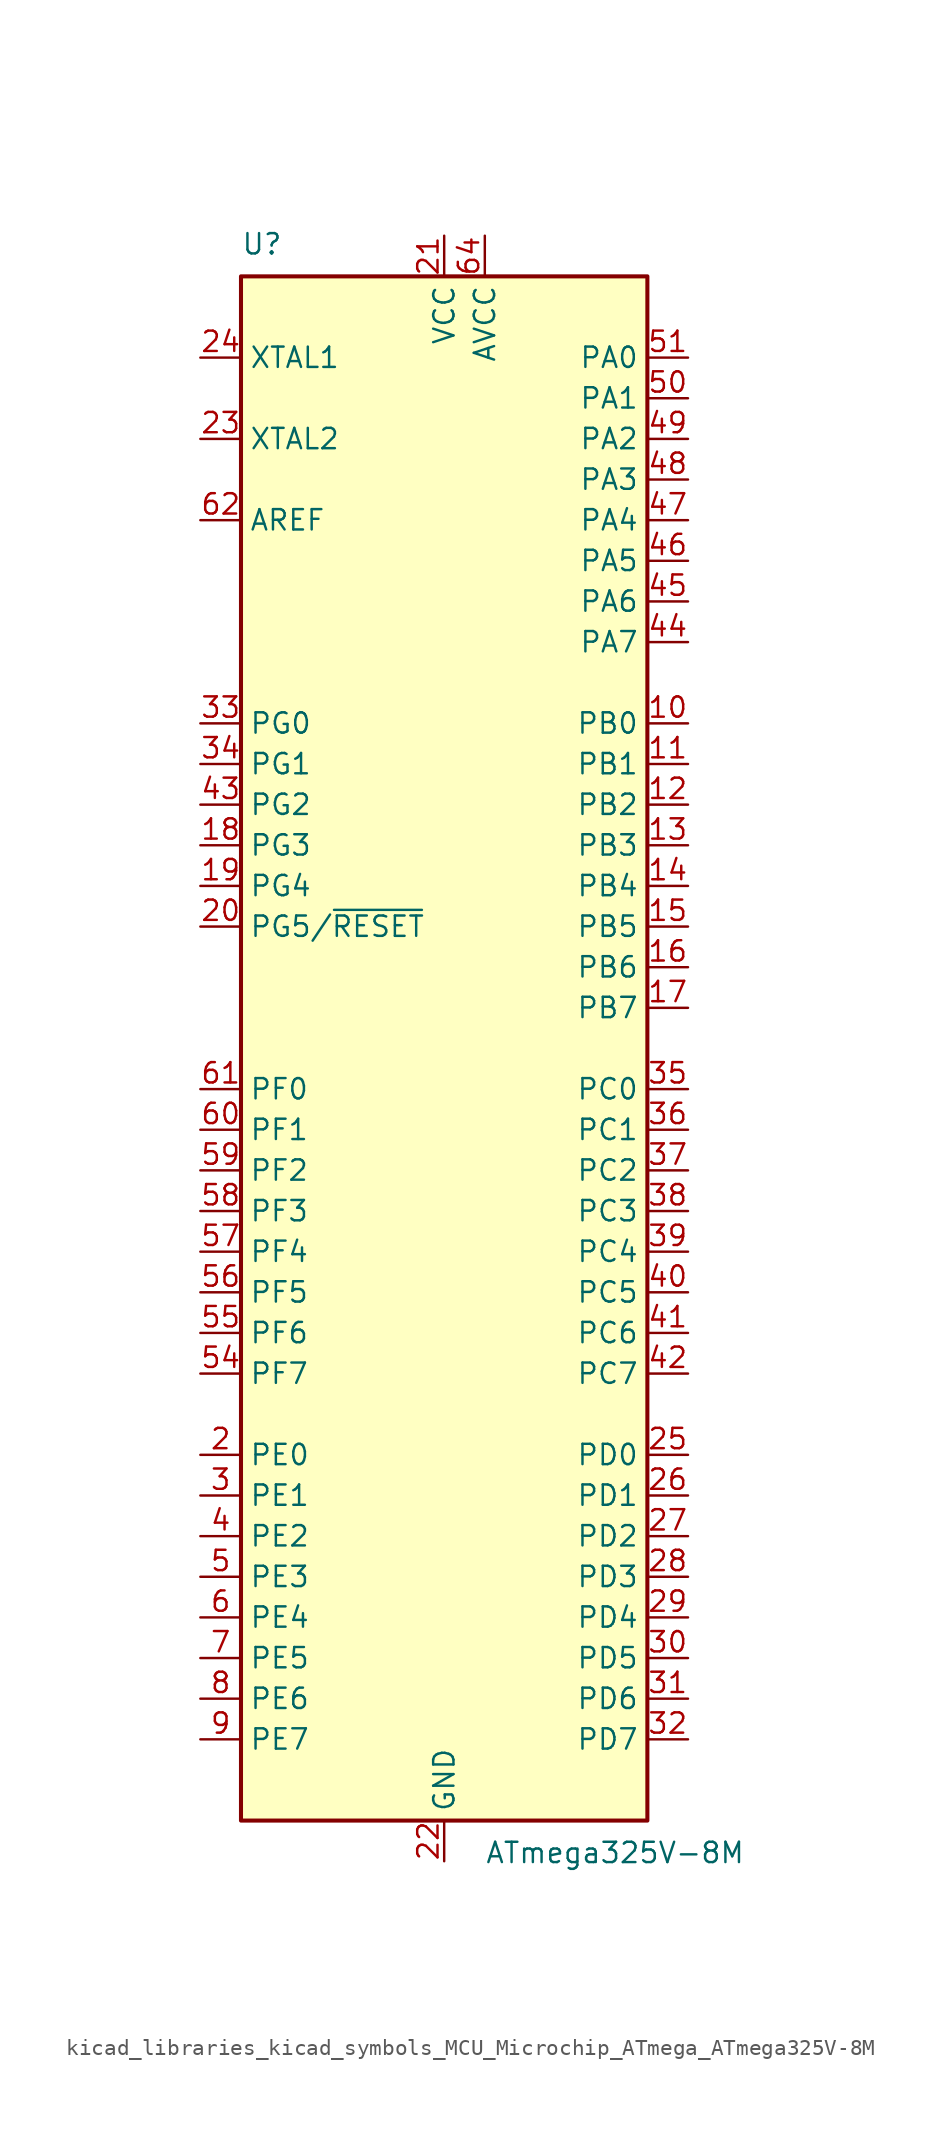
<source format=kicad_sym>
(kicad_symbol_lib
  (version 20220914)
  (generator kicad_symbol_editor)
  (symbol "kicad_libraries_kicad_symbols_MCU_Microchip_ATmega_ATmega325V-8M"
    (property "Reference" "U"
      (at -12.7 49.53 0)
      (effects (font (size 1.27 1.27)) (justify left bottom)))
    (property "Value" "ATmega325V-8M"
      (at 2.54 -49.53 0)
      (effects (font (size 1.27 1.27)) (justify left top)))
    (symbol "kicad_libraries_kicad_symbols_MCU_Microchip_ATmega_ATmega325V-8M_0_1"
      (rectangle (start -12.7 -48.26) (end 12.7 48.26) (stroke (width 0.254) (type default)) (fill (type background))))
    (symbol "kicad_libraries_kicad_symbols_MCU_Microchip_ATmega_ATmega325V-8M_1_1"
      (pin no_connect line (at -12.7 -45.72 0) (length 2.54) hide (name "NC" (effects (font (size 1.27 1.27)))) (number "1" (effects (font (size 1.27 1.27)))))
      (pin bidirectional line (at 15.24 20.32 180) (length 2.54) (name "PB0" (effects (font (size 1.27 1.27)))) (number "10" (effects (font (size 1.27 1.27)))))
      (pin bidirectional line (at 15.24 17.78 180) (length 2.54) (name "PB1" (effects (font (size 1.27 1.27)))) (number "11" (effects (font (size 1.27 1.27)))))
      (pin bidirectional line (at 15.24 15.24 180) (length 2.54) (name "PB2" (effects (font (size 1.27 1.27)))) (number "12" (effects (font (size 1.27 1.27)))))
      (pin bidirectional line (at 15.24 12.7 180) (length 2.54) (name "PB3" (effects (font (size 1.27 1.27)))) (number "13" (effects (font (size 1.27 1.27)))))
      (pin bidirectional line (at 15.24 10.16 180) (length 2.54) (name "PB4" (effects (font (size 1.27 1.27)))) (number "14" (effects (font (size 1.27 1.27)))))
      (pin bidirectional line (at 15.24 7.62 180) (length 2.54) (name "PB5" (effects (font (size 1.27 1.27)))) (number "15" (effects (font (size 1.27 1.27)))))
      (pin bidirectional line (at 15.24 5.08 180) (length 2.54) (name "PB6" (effects (font (size 1.27 1.27)))) (number "16" (effects (font (size 1.27 1.27)))))
      (pin bidirectional line (at 15.24 2.54 180) (length 2.54) (name "PB7" (effects (font (size 1.27 1.27)))) (number "17" (effects (font (size 1.27 1.27)))))
      (pin bidirectional line (at -15.24 12.7 0) (length 2.54) (name "PG3" (effects (font (size 1.27 1.27)))) (number "18" (effects (font (size 1.27 1.27)))))
      (pin bidirectional line (at -15.24 10.16 0) (length 2.54) (name "PG4" (effects (font (size 1.27 1.27)))) (number "19" (effects (font (size 1.27 1.27)))))
      (pin bidirectional line (at -15.24 -25.4 0) (length 2.54) (name "PE0" (effects (font (size 1.27 1.27)))) (number "2" (effects (font (size 1.27 1.27)))))
      (pin bidirectional line (at -15.24 7.62 0) (length 2.54) (name "PG5/~{RESET}" (effects (font (size 1.27 1.27)))) (number "20" (effects (font (size 1.27 1.27)))))
      (pin power_in line (at 0 50.8 270) (length 2.54) (name "VCC" (effects (font (size 1.27 1.27)))) (number "21" (effects (font (size 1.27 1.27)))))
      (pin power_in line (at 0 -50.8 90) (length 2.54) (name "GND" (effects (font (size 1.27 1.27)))) (number "22" (effects (font (size 1.27 1.27)))))
      (pin output line (at -15.24 38.1 0) (length 2.54) (name "XTAL2" (effects (font (size 1.27 1.27)))) (number "23" (effects (font (size 1.27 1.27)))))
      (pin input line (at -15.24 43.18 0) (length 2.54) (name "XTAL1" (effects (font (size 1.27 1.27)))) (number "24" (effects (font (size 1.27 1.27)))))
      (pin bidirectional line (at 15.24 -25.4 180) (length 2.54) (name "PD0" (effects (font (size 1.27 1.27)))) (number "25" (effects (font (size 1.27 1.27)))))
      (pin bidirectional line (at 15.24 -27.94 180) (length 2.54) (name "PD1" (effects (font (size 1.27 1.27)))) (number "26" (effects (font (size 1.27 1.27)))))
      (pin bidirectional line (at 15.24 -30.48 180) (length 2.54) (name "PD2" (effects (font (size 1.27 1.27)))) (number "27" (effects (font (size 1.27 1.27)))))
      (pin bidirectional line (at 15.24 -33.02 180) (length 2.54) (name "PD3" (effects (font (size 1.27 1.27)))) (number "28" (effects (font (size 1.27 1.27)))))
      (pin bidirectional line (at 15.24 -35.56 180) (length 2.54) (name "PD4" (effects (font (size 1.27 1.27)))) (number "29" (effects (font (size 1.27 1.27)))))
      (pin bidirectional line (at -15.24 -27.94 0) (length 2.54) (name "PE1" (effects (font (size 1.27 1.27)))) (number "3" (effects (font (size 1.27 1.27)))))
      (pin bidirectional line (at 15.24 -38.1 180) (length 2.54) (name "PD5" (effects (font (size 1.27 1.27)))) (number "30" (effects (font (size 1.27 1.27)))))
      (pin bidirectional line (at 15.24 -40.64 180) (length 2.54) (name "PD6" (effects (font (size 1.27 1.27)))) (number "31" (effects (font (size 1.27 1.27)))))
      (pin bidirectional line (at 15.24 -43.18 180) (length 2.54) (name "PD7" (effects (font (size 1.27 1.27)))) (number "32" (effects (font (size 1.27 1.27)))))
      (pin bidirectional line (at -15.24 20.32 0) (length 2.54) (name "PG0" (effects (font (size 1.27 1.27)))) (number "33" (effects (font (size 1.27 1.27)))))
      (pin bidirectional line (at -15.24 17.78 0) (length 2.54) (name "PG1" (effects (font (size 1.27 1.27)))) (number "34" (effects (font (size 1.27 1.27)))))
      (pin bidirectional line (at 15.24 -2.54 180) (length 2.54) (name "PC0" (effects (font (size 1.27 1.27)))) (number "35" (effects (font (size 1.27 1.27)))))
      (pin bidirectional line (at 15.24 -5.08 180) (length 2.54) (name "PC1" (effects (font (size 1.27 1.27)))) (number "36" (effects (font (size 1.27 1.27)))))
      (pin bidirectional line (at 15.24 -7.62 180) (length 2.54) (name "PC2" (effects (font (size 1.27 1.27)))) (number "37" (effects (font (size 1.27 1.27)))))
      (pin bidirectional line (at 15.24 -10.16 180) (length 2.54) (name "PC3" (effects (font (size 1.27 1.27)))) (number "38" (effects (font (size 1.27 1.27)))))
      (pin bidirectional line (at 15.24 -12.7 180) (length 2.54) (name "PC4" (effects (font (size 1.27 1.27)))) (number "39" (effects (font (size 1.27 1.27)))))
      (pin bidirectional line (at -15.24 -30.48 0) (length 2.54) (name "PE2" (effects (font (size 1.27 1.27)))) (number "4" (effects (font (size 1.27 1.27)))))
      (pin bidirectional line (at 15.24 -15.24 180) (length 2.54) (name "PC5" (effects (font (size 1.27 1.27)))) (number "40" (effects (font (size 1.27 1.27)))))
      (pin bidirectional line (at 15.24 -17.78 180) (length 2.54) (name "PC6" (effects (font (size 1.27 1.27)))) (number "41" (effects (font (size 1.27 1.27)))))
      (pin bidirectional line (at 15.24 -20.32 180) (length 2.54) (name "PC7" (effects (font (size 1.27 1.27)))) (number "42" (effects (font (size 1.27 1.27)))))
      (pin bidirectional line (at -15.24 15.24 0) (length 2.54) (name "PG2" (effects (font (size 1.27 1.27)))) (number "43" (effects (font (size 1.27 1.27)))))
      (pin bidirectional line (at 15.24 25.4 180) (length 2.54) (name "PA7" (effects (font (size 1.27 1.27)))) (number "44" (effects (font (size 1.27 1.27)))))
      (pin bidirectional line (at 15.24 27.94 180) (length 2.54) (name "PA6" (effects (font (size 1.27 1.27)))) (number "45" (effects (font (size 1.27 1.27)))))
      (pin bidirectional line (at 15.24 30.48 180) (length 2.54) (name "PA5" (effects (font (size 1.27 1.27)))) (number "46" (effects (font (size 1.27 1.27)))))
      (pin bidirectional line (at 15.24 33.02 180) (length 2.54) (name "PA4" (effects (font (size 1.27 1.27)))) (number "47" (effects (font (size 1.27 1.27)))))
      (pin bidirectional line (at 15.24 35.56 180) (length 2.54) (name "PA3" (effects (font (size 1.27 1.27)))) (number "48" (effects (font (size 1.27 1.27)))))
      (pin bidirectional line (at 15.24 38.1 180) (length 2.54) (name "PA2" (effects (font (size 1.27 1.27)))) (number "49" (effects (font (size 1.27 1.27)))))
      (pin bidirectional line (at -15.24 -33.02 0) (length 2.54) (name "PE3" (effects (font (size 1.27 1.27)))) (number "5" (effects (font (size 1.27 1.27)))))
      (pin bidirectional line (at 15.24 40.64 180) (length 2.54) (name "PA1" (effects (font (size 1.27 1.27)))) (number "50" (effects (font (size 1.27 1.27)))))
      (pin bidirectional line (at 15.24 43.18 180) (length 2.54) (name "PA0" (effects (font (size 1.27 1.27)))) (number "51" (effects (font (size 1.27 1.27)))))
      (pin passive line (at 0 50.8 270) (length 2.54) hide (name "VCC" (effects (font (size 1.27 1.27)))) (number "52" (effects (font (size 1.27 1.27)))))
      (pin passive line (at 0 -50.8 90) (length 2.54) hide (name "GND" (effects (font (size 1.27 1.27)))) (number "53" (effects (font (size 1.27 1.27)))))
      (pin bidirectional line (at -15.24 -20.32 0) (length 2.54) (name "PF7" (effects (font (size 1.27 1.27)))) (number "54" (effects (font (size 1.27 1.27)))))
      (pin bidirectional line (at -15.24 -17.78 0) (length 2.54) (name "PF6" (effects (font (size 1.27 1.27)))) (number "55" (effects (font (size 1.27 1.27)))))
      (pin bidirectional line (at -15.24 -15.24 0) (length 2.54) (name "PF5" (effects (font (size 1.27 1.27)))) (number "56" (effects (font (size 1.27 1.27)))))
      (pin bidirectional line (at -15.24 -12.7 0) (length 2.54) (name "PF4" (effects (font (size 1.27 1.27)))) (number "57" (effects (font (size 1.27 1.27)))))
      (pin bidirectional line (at -15.24 -10.16 0) (length 2.54) (name "PF3" (effects (font (size 1.27 1.27)))) (number "58" (effects (font (size 1.27 1.27)))))
      (pin bidirectional line (at -15.24 -7.62 0) (length 2.54) (name "PF2" (effects (font (size 1.27 1.27)))) (number "59" (effects (font (size 1.27 1.27)))))
      (pin bidirectional line (at -15.24 -35.56 0) (length 2.54) (name "PE4" (effects (font (size 1.27 1.27)))) (number "6" (effects (font (size 1.27 1.27)))))
      (pin bidirectional line (at -15.24 -5.08 0) (length 2.54) (name "PF1" (effects (font (size 1.27 1.27)))) (number "60" (effects (font (size 1.27 1.27)))))
      (pin bidirectional line (at -15.24 -2.54 0) (length 2.54) (name "PF0" (effects (font (size 1.27 1.27)))) (number "61" (effects (font (size 1.27 1.27)))))
      (pin passive line (at -15.24 33.02 0) (length 2.54) (name "AREF" (effects (font (size 1.27 1.27)))) (number "62" (effects (font (size 1.27 1.27)))))
      (pin passive line (at 0 -50.8 90) (length 2.54) hide (name "GND" (effects (font (size 1.27 1.27)))) (number "63" (effects (font (size 1.27 1.27)))))
      (pin power_in line (at 2.54 50.8 270) (length 2.54) (name "AVCC" (effects (font (size 1.27 1.27)))) (number "64" (effects (font (size 1.27 1.27)))))
      (pin passive line (at 0 -50.8 90) (length 2.54) hide (name "GND" (effects (font (size 1.27 1.27)))) (number "65" (effects (font (size 1.27 1.27)))))
      (pin bidirectional line (at -15.24 -38.1 0) (length 2.54) (name "PE5" (effects (font (size 1.27 1.27)))) (number "7" (effects (font (size 1.27 1.27)))))
      (pin bidirectional line (at -15.24 -40.64 0) (length 2.54) (name "PE6" (effects (font (size 1.27 1.27)))) (number "8" (effects (font (size 1.27 1.27)))))
      (pin bidirectional line (at -15.24 -43.18 0) (length 2.54) (name "PE7" (effects (font (size 1.27 1.27)))) (number "9" (effects (font (size 1.27 1.27))))))))
</source>
